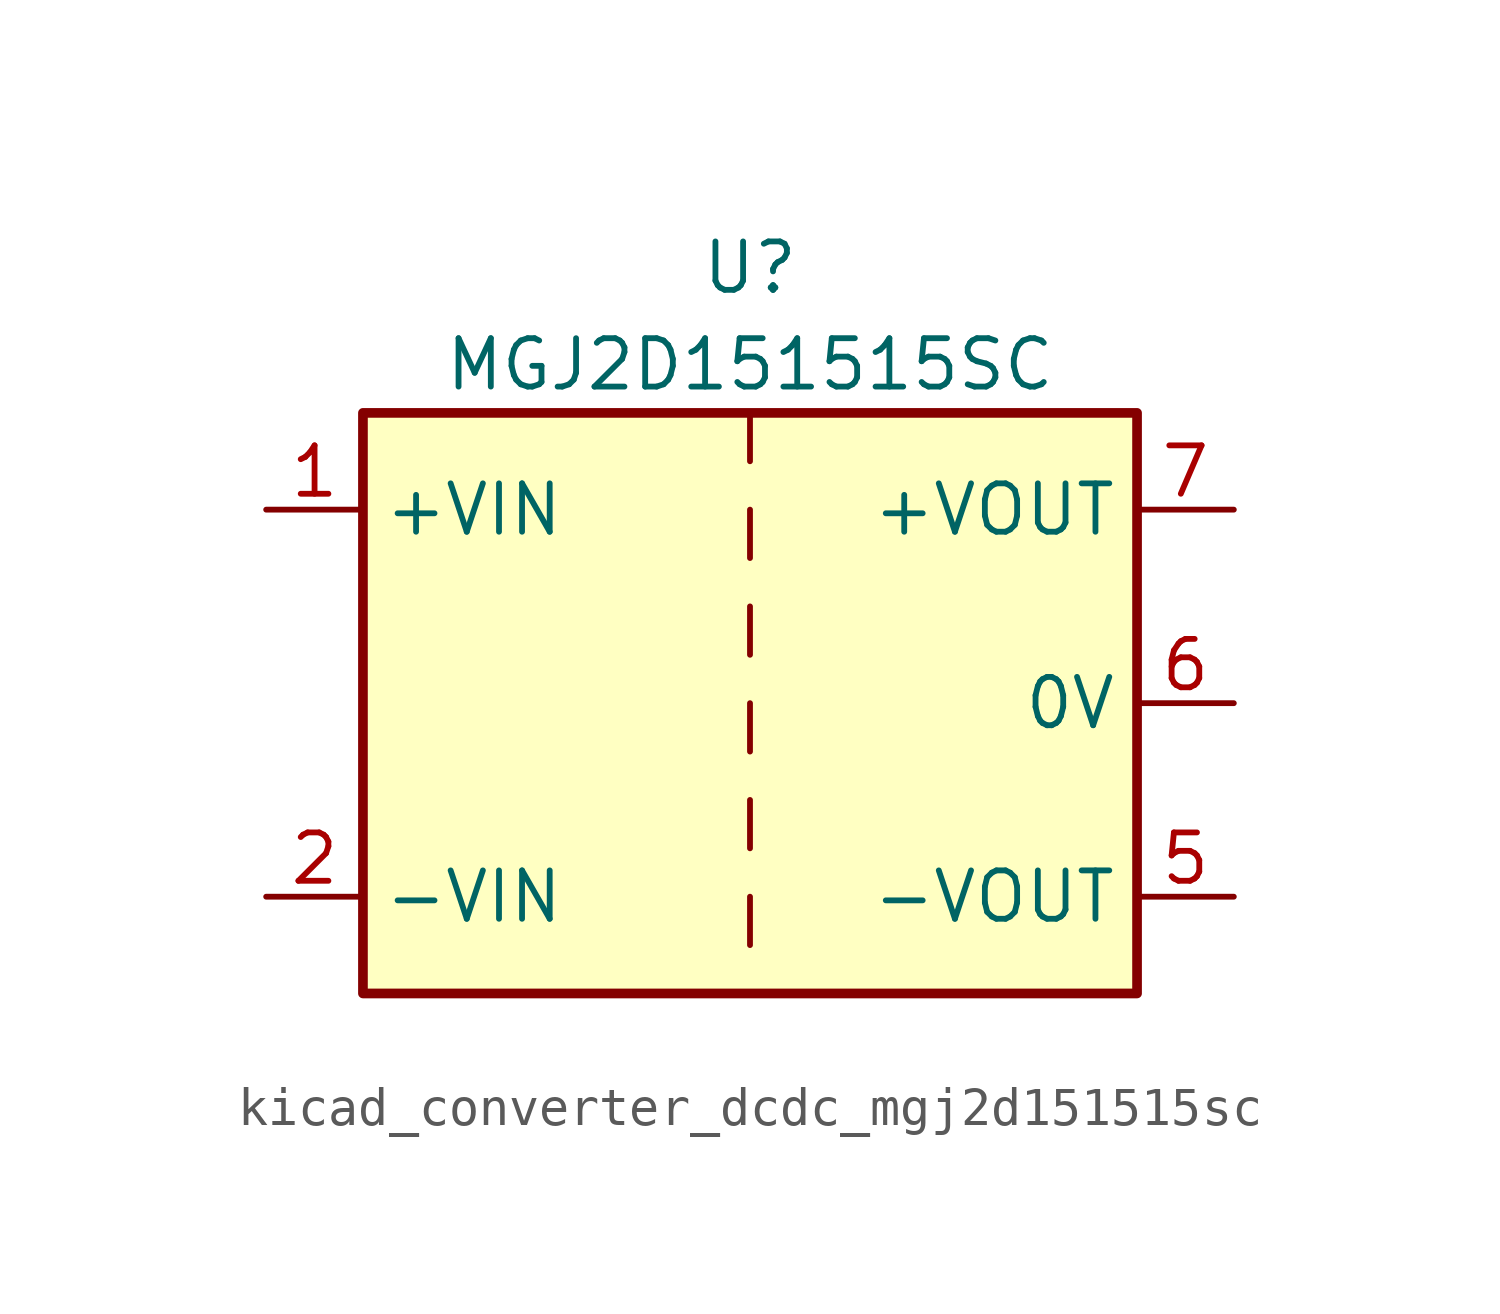
<source format=kicad_sym>
(kicad_symbol_lib
  (version 20220914)
  (generator kicad_symbol_editor)
  (symbol "kicad_converter_dcdc_mgj2d151515sc"
    (property "Reference" "U"
      (at 0 11.43 0)
      (effects (font (size 1.27 1.27))))
    (property "Value" "MGJ2D151515SC"
      (at 0 8.89 0)
      (effects (font (size 1.27 1.27))))
    (symbol "kicad_converter_dcdc_mgj2d151515sc_0_1"
      (rectangle (start -10.16 7.62) (end 10.16 -7.62) (stroke (width 0.254) (type default)) (fill (type background)))
      (polyline (pts (xy 0 -5.08) (xy 0 -6.35)) (stroke (width 0) (type default)) (fill (type none)))
      (polyline (pts (xy 0 -2.54) (xy 0 -3.81)) (stroke (width 0) (type default)) (fill (type none)))
      (polyline (pts (xy 0 0) (xy 0 -1.27)) (stroke (width 0) (type default)) (fill (type none)))
      (polyline (pts (xy 0 2.54) (xy 0 1.27)) (stroke (width 0) (type default)) (fill (type none)))
      (polyline (pts (xy 0 5.08) (xy 0 3.81)) (stroke (width 0) (type default)) (fill (type none)))
      (polyline (pts (xy 0 7.62) (xy 0 6.35)) (stroke (width 0) (type default)) (fill (type none))))
    (symbol "kicad_converter_dcdc_mgj2d151515sc_1_1"
      (pin power_in line (at -12.7 5.08 0) (length 2.54) (name "+VIN" (effects (font (size 1.27 1.27)))) (number "1" (effects (font (size 1.27 1.27)))))
      (pin power_in line (at -12.7 -5.08 0) (length 2.54) (name "-VIN" (effects (font (size 1.27 1.27)))) (number "2" (effects (font (size 1.27 1.27)))))
      (pin power_out line (at 12.7 -5.08 180) (length 2.54) (name "-VOUT" (effects (font (size 1.27 1.27)))) (number "5" (effects (font (size 1.27 1.27)))))
      (pin power_out line (at 12.7 0 180) (length 2.54) (name "0V" (effects (font (size 1.27 1.27)))) (number "6" (effects (font (size 1.27 1.27)))))
      (pin power_out line (at 12.7 5.08 180) (length 2.54) (name "+VOUT" (effects (font (size 1.27 1.27)))) (number "7" (effects (font (size 1.27 1.27))))))))
</source>
